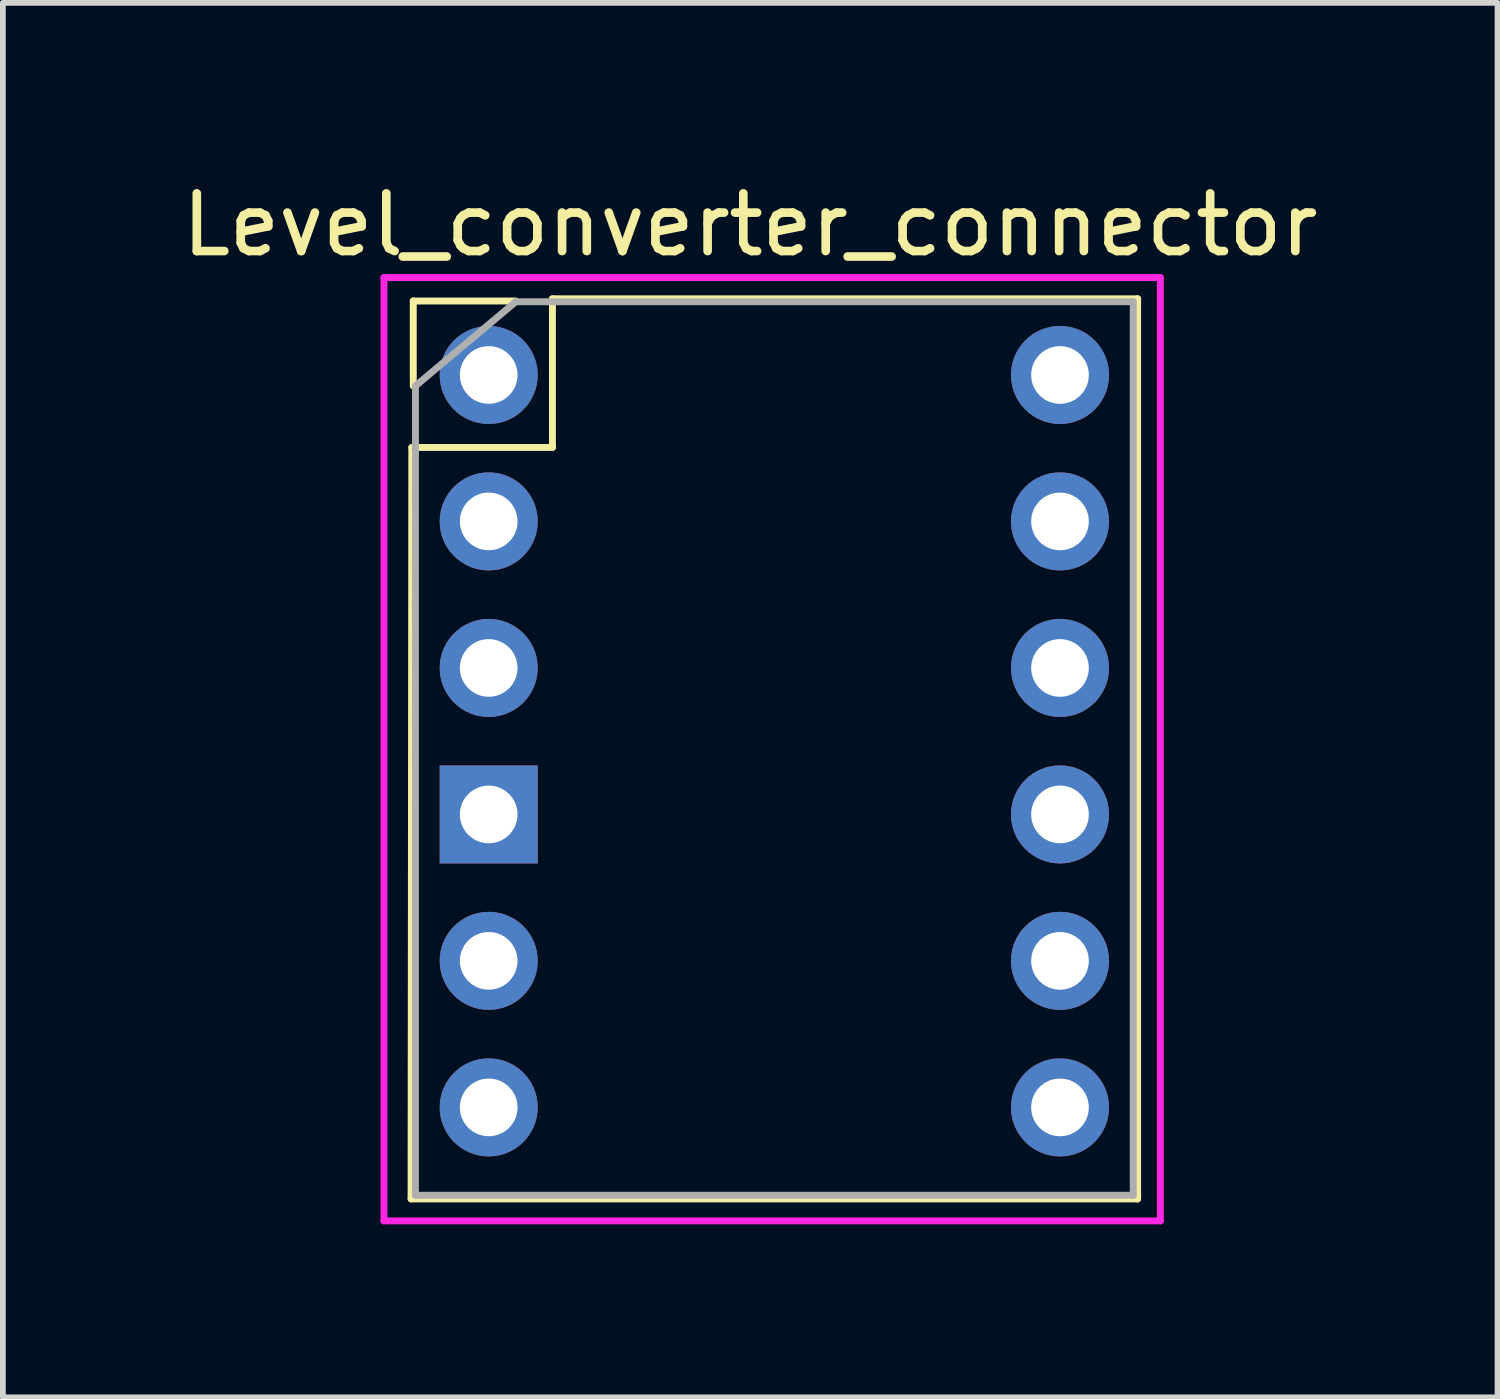
<source format=kicad_pcb>
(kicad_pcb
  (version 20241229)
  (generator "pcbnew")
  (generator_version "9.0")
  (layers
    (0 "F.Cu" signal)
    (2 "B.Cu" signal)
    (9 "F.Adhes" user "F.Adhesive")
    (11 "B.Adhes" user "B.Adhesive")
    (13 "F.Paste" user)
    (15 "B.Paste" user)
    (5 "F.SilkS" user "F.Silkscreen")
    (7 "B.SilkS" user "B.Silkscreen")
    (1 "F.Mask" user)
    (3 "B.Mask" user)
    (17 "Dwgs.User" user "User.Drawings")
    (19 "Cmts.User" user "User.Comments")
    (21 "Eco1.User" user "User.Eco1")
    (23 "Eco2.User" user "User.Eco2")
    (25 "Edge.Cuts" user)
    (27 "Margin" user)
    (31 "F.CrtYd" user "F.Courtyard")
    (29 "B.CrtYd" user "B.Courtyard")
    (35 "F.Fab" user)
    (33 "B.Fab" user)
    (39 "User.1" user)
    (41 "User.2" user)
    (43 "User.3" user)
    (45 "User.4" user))
  (footprint "Level_converter_connector"
    (layer "F.Cu")
    (at 5.386 3.388)
    (property "Reference" "Level_converter_connector" (at 4.572 -2.54 0) (layer "F.SilkS") (effects (font (size 1 1) (thickness 0.15))))
    (attr through_hole)
    (fp_line (start -1.308 14.351) (end -1.295 1.321) (stroke (width 0.12) (type solid)) (layer "F.SilkS"))
    (fp_line (start -1.295 1.321) (end 1.143 1.321) (stroke (width 0.12) (type solid)) (layer "F.SilkS"))
    (fp_line (start -1.27 -1.219) (end -1.27 0.254) (stroke (width 0.12) (type solid)) (layer "F.SilkS"))
    (fp_line (start 0.508 -1.219) (end -1.27 -1.219) (stroke (width 0.12) (type solid)) (layer "F.SilkS"))
    (fp_line (start 1.143 -1.257) (end 11.29 -1.257) (stroke (width 0.12) (type solid)) (layer "F.SilkS"))
    (fp_line (start 1.143 1.321) (end 1.143 -1.257) (stroke (width 0.12) (type solid)) (layer "F.SilkS"))
    (fp_line (start 11.29 -1.257) (end 11.29 14.351) (stroke (width 0.12) (type solid)) (layer "F.SilkS"))
    (fp_line (start 11.29 14.351) (end -1.308 14.351) (stroke (width 0.12) (type solid)) (layer "F.SilkS"))
    (fp_line (start -1.778 -1.626) (end 11.684 -1.626) (stroke (width 0.12) (type solid)) (layer "F.CrtYd"))
    (fp_line (start -1.778 14.732) (end -1.778 -1.626) (stroke (width 0.12) (type solid)) (layer "F.CrtYd"))
    (fp_line (start 11.684 -1.626) (end 11.684 14.732) (stroke (width 0.12) (type solid)) (layer "F.CrtYd"))
    (fp_line (start 11.684 14.732) (end -1.778 14.732) (stroke (width 0.12) (type solid)) (layer "F.CrtYd"))
    (fp_line (start -1.232 14.287) (end -1.232 0.254) (stroke (width 0.12) (type solid)) (layer "F.Fab"))
    (fp_line (start 0.508 -1.206) (end -1.232 0.254) (stroke (width 0.12) (type solid)) (layer "F.Fab"))
    (fp_line (start 0.508 -1.206) (end 11.214 -1.206) (stroke (width 0.12) (type solid)) (layer "F.Fab"))
    (fp_line (start 11.214 -1.206) (end 11.214 14.287) (stroke (width 0.12) (type solid)) (layer "F.Fab"))
    (fp_line (start 11.214 14.287) (end -1.232 14.287) (stroke (width 0.12) (type solid)) (layer "F.Fab"))
    (pad "1" thru_hole oval (at 0.038 0.064) (size 1.7 1.7) (drill 1) (layers "*.Cu" "*.Mask"))
    (pad "2" thru_hole oval (at 0.038 2.603) (size 1.7 1.7) (drill 1) (layers "*.Cu" "*.Mask"))
    (pad "3" thru_hole oval (at 0.038 5.144) (size 1.7 1.7) (drill 1) (layers "*.Cu" "*.Mask"))
    (pad "4" thru_hole rect (at 0.038 7.684) (size 1.7 1.7) (drill 1) (layers "*.Cu" "*.Mask"))
    (pad "5" thru_hole oval (at 0.038 10.223) (size 1.7 1.7) (drill 1) (layers "*.Cu" "*.Mask"))
    (pad "6" thru_hole oval (at 0.038 12.764) (size 1.7 1.7) (drill 1) (layers "*.Cu" "*.Mask"))
    (pad "7" thru_hole oval (at 9.944 12.764) (size 1.7 1.7) (drill 1) (layers "*.Cu" "*.Mask"))
    (pad "8" thru_hole oval (at 9.944 10.223) (size 1.7 1.7) (drill 1) (layers "*.Cu" "*.Mask"))
    (pad "9" thru_hole oval (at 9.944 7.684) (size 1.7 1.7) (drill 1) (layers "*.Cu" "*.Mask"))
    (pad "10" thru_hole oval (at 9.944 5.144) (size 1.7 1.7) (drill 1) (layers "*.Cu" "*.Mask"))
    (pad "11" thru_hole oval (at 9.944 2.603) (size 1.7 1.7) (drill 1) (layers "*.Cu" "*.Mask"))
    (pad "12" thru_hole oval (at 9.944 0.064) (size 1.7 1.7) (drill 1) (layers "*.Cu" "*.Mask")))
  (gr_rect
    (start -3 -3)
    (end 22.917 21.18)
    (stroke (width 0.1) (type default))
    (fill no)
    (layer "Edge.Cuts")))
</source>
